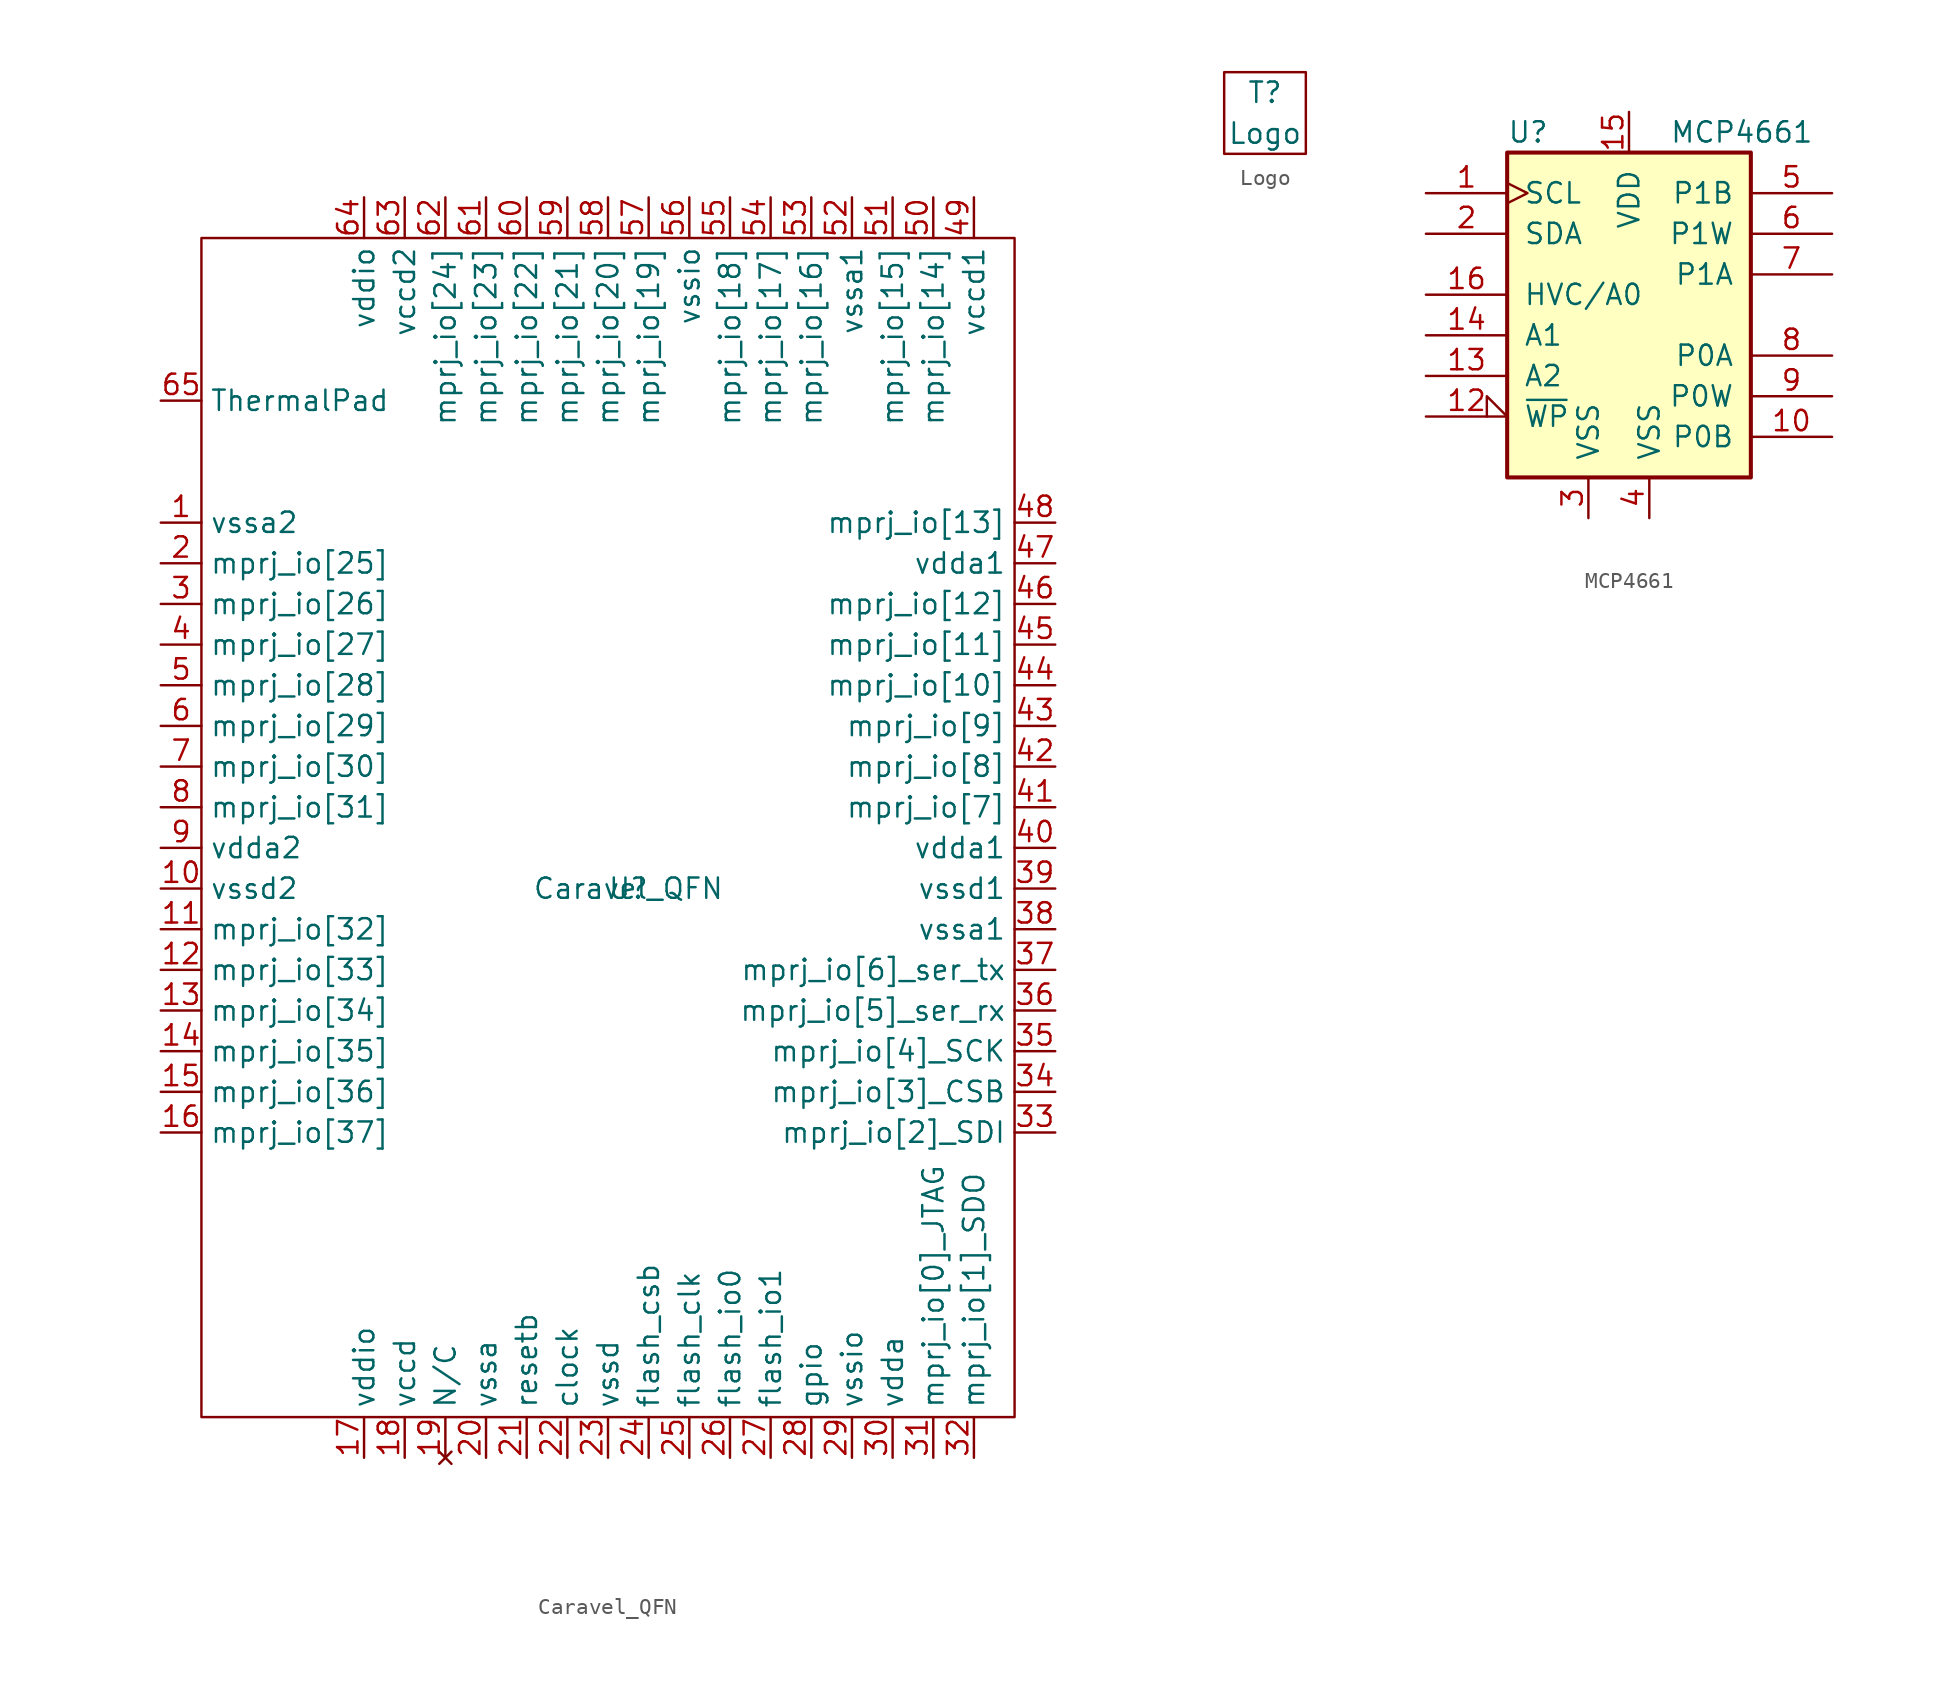
<source format=kicad_sym>
(kicad_symbol_lib
  (version 20231120)
  (generator "kicad_symbol_editor")
  (generator_version "8.0")
  (symbol "Caravel_QFN"
    (property "Reference" "U"
      (at 0 0 0)
      (effects (font (size 1.27 1.27))))
    (property "Value" "Caravel_QFN"
      (at 0 0 0)
      (effects (font (size 1.27 1.27))))
    (symbol "Caravel_QFN_0_1"
      (rectangle (start -26.67 40.64) (end 24.13 -33.02) (stroke (width 0) (type default)) (fill (type none))))
    (symbol "Caravel_QFN_1_1"
      (pin power_in line (at -29.21 22.86 0) (length 2.54) (name "vssa2" (effects (font (size 1.27 1.27)))) (number "1" (effects (font (size 1.27 1.27)))))
      (pin power_in line (at -29.21 0 0) (length 2.54) (name "vssd2" (effects (font (size 1.27 1.27)))) (number "10" (effects (font (size 1.27 1.27)))))
      (pin bidirectional line (at -29.21 -2.54 0) (length 2.54) (name "mprj_io[32]" (effects (font (size 1.27 1.27)))) (number "11" (effects (font (size 1.27 1.27)))))
      (pin bidirectional line (at -29.21 -5.08 0) (length 2.54) (name "mprj_io[33]" (effects (font (size 1.27 1.27)))) (number "12" (effects (font (size 1.27 1.27)))))
      (pin bidirectional line (at -29.21 -7.62 0) (length 2.54) (name "mprj_io[34]" (effects (font (size 1.27 1.27)))) (number "13" (effects (font (size 1.27 1.27)))))
      (pin bidirectional line (at -29.21 -10.16 0) (length 2.54) (name "mprj_io[35]" (effects (font (size 1.27 1.27)))) (number "14" (effects (font (size 1.27 1.27)))))
      (pin bidirectional line (at -29.21 -12.7 0) (length 2.54) (name "mprj_io[36]" (effects (font (size 1.27 1.27)))) (number "15" (effects (font (size 1.27 1.27)))))
      (pin bidirectional line (at -29.21 -15.24 0) (length 2.54) (name "mprj_io[37]" (effects (font (size 1.27 1.27)))) (number "16" (effects (font (size 1.27 1.27)))))
      (pin power_in line (at -16.51 -35.56 90) (length 2.54) (name "vddio" (effects (font (size 1.27 1.27)))) (number "17" (effects (font (size 1.27 1.27)))))
      (pin power_in line (at -13.97 -35.56 90) (length 2.54) (name "vccd" (effects (font (size 1.27 1.27)))) (number "18" (effects (font (size 1.27 1.27)))))
      (pin no_connect line (at -11.43 -35.56 90) (length 2.54) (name "N/C" (effects (font (size 1.27 1.27)))) (number "19" (effects (font (size 1.27 1.27)))))
      (pin bidirectional line (at -29.21 20.32 0) (length 2.54) (name "mprj_io[25]" (effects (font (size 1.27 1.27)))) (number "2" (effects (font (size 1.27 1.27)))))
      (pin power_in line (at -8.89 -35.56 90) (length 2.54) (name "vssa" (effects (font (size 1.27 1.27)))) (number "20" (effects (font (size 1.27 1.27)))))
      (pin input line (at -6.35 -35.56 90) (length 2.54) (name "resetb" (effects (font (size 1.27 1.27)))) (number "21" (effects (font (size 1.27 1.27)))))
      (pin input line (at -3.81 -35.56 90) (length 2.54) (name "clock" (effects (font (size 1.27 1.27)))) (number "22" (effects (font (size 1.27 1.27)))))
      (pin power_in line (at -1.27 -35.56 90) (length 2.54) (name "vssd" (effects (font (size 1.27 1.27)))) (number "23" (effects (font (size 1.27 1.27)))))
      (pin output line (at 1.27 -35.56 90) (length 2.54) (name "flash_csb" (effects (font (size 1.27 1.27)))) (number "24" (effects (font (size 1.27 1.27)))))
      (pin output line (at 3.81 -35.56 90) (length 2.54) (name "flash_clk" (effects (font (size 1.27 1.27)))) (number "25" (effects (font (size 1.27 1.27)))))
      (pin bidirectional line (at 6.35 -35.56 90) (length 2.54) (name "flash_io0" (effects (font (size 1.27 1.27)))) (number "26" (effects (font (size 1.27 1.27)))))
      (pin bidirectional line (at 8.89 -35.56 90) (length 2.54) (name "flash_io1" (effects (font (size 1.27 1.27)))) (number "27" (effects (font (size 1.27 1.27)))))
      (pin bidirectional line (at 11.43 -35.56 90) (length 2.54) (name "gpio" (effects (font (size 1.27 1.27)))) (number "28" (effects (font (size 1.27 1.27)))))
      (pin power_in line (at 13.97 -35.56 90) (length 2.54) (name "vssio" (effects (font (size 1.27 1.27)))) (number "29" (effects (font (size 1.27 1.27)))))
      (pin bidirectional line (at -29.21 17.78 0) (length 2.54) (name "mprj_io[26]" (effects (font (size 1.27 1.27)))) (number "3" (effects (font (size 1.27 1.27)))))
      (pin power_in line (at 16.51 -35.56 90) (length 2.54) (name "vdda" (effects (font (size 1.27 1.27)))) (number "30" (effects (font (size 1.27 1.27)))))
      (pin bidirectional line (at 19.05 -35.56 90) (length 2.54) (name "mprj_io[0]_JTAG" (effects (font (size 1.27 1.27)))) (number "31" (effects (font (size 1.27 1.27)))))
      (pin bidirectional line (at 21.59 -35.56 90) (length 2.54) (name "mprj_io[1]_SDO" (effects (font (size 1.27 1.27)))) (number "32" (effects (font (size 1.27 1.27)))))
      (pin bidirectional line (at 26.67 -15.24 180) (length 2.54) (name "mprj_io[2]_SDI" (effects (font (size 1.27 1.27)))) (number "33" (effects (font (size 1.27 1.27)))))
      (pin bidirectional line (at 26.67 -12.7 180) (length 2.54) (name "mprj_io[3]_CSB" (effects (font (size 1.27 1.27)))) (number "34" (effects (font (size 1.27 1.27)))))
      (pin bidirectional line (at 26.67 -10.16 180) (length 2.54) (name "mprj_io[4]_SCK" (effects (font (size 1.27 1.27)))) (number "35" (effects (font (size 1.27 1.27)))))
      (pin bidirectional line (at 26.67 -7.62 180) (length 2.54) (name "mprj_io[5]_ser_rx" (effects (font (size 1.27 1.27)))) (number "36" (effects (font (size 1.27 1.27)))))
      (pin bidirectional line (at 26.67 -5.08 180) (length 2.54) (name "mprj_io[6]_ser_tx" (effects (font (size 1.27 1.27)))) (number "37" (effects (font (size 1.27 1.27)))))
      (pin power_in line (at 26.67 -2.54 180) (length 2.54) (name "vssa1" (effects (font (size 1.27 1.27)))) (number "38" (effects (font (size 1.27 1.27)))))
      (pin power_in line (at 26.67 0 180) (length 2.54) (name "vssd1" (effects (font (size 1.27 1.27)))) (number "39" (effects (font (size 1.27 1.27)))))
      (pin bidirectional line (at -29.21 15.24 0) (length 2.54) (name "mprj_io[27]" (effects (font (size 1.27 1.27)))) (number "4" (effects (font (size 1.27 1.27)))))
      (pin power_in line (at 26.67 2.54 180) (length 2.54) (name "vdda1" (effects (font (size 1.27 1.27)))) (number "40" (effects (font (size 1.27 1.27)))))
      (pin bidirectional line (at 26.67 5.08 180) (length 2.54) (name "mprj_io[7]" (effects (font (size 1.27 1.27)))) (number "41" (effects (font (size 1.27 1.27)))))
      (pin bidirectional line (at 26.67 7.62 180) (length 2.54) (name "mprj_io[8]" (effects (font (size 1.27 1.27)))) (number "42" (effects (font (size 1.27 1.27)))))
      (pin bidirectional line (at 26.67 10.16 180) (length 2.54) (name "mprj_io[9]" (effects (font (size 1.27 1.27)))) (number "43" (effects (font (size 1.27 1.27)))))
      (pin bidirectional line (at 26.67 12.7 180) (length 2.54) (name "mprj_io[10]" (effects (font (size 1.27 1.27)))) (number "44" (effects (font (size 1.27 1.27)))))
      (pin bidirectional line (at 26.67 15.24 180) (length 2.54) (name "mprj_io[11]" (effects (font (size 1.27 1.27)))) (number "45" (effects (font (size 1.27 1.27)))))
      (pin bidirectional line (at 26.67 17.78 180) (length 2.54) (name "mprj_io[12]" (effects (font (size 1.27 1.27)))) (number "46" (effects (font (size 1.27 1.27)))))
      (pin power_in line (at 26.67 20.32 180) (length 2.54) (name "vdda1" (effects (font (size 1.27 1.27)))) (number "47" (effects (font (size 1.27 1.27)))))
      (pin bidirectional line (at 26.67 22.86 180) (length 2.54) (name "mprj_io[13]" (effects (font (size 1.27 1.27)))) (number "48" (effects (font (size 1.27 1.27)))))
      (pin power_in line (at 21.59 43.18 270) (length 2.54) (name "vccd1" (effects (font (size 1.27 1.27)))) (number "49" (effects (font (size 1.27 1.27)))))
      (pin bidirectional line (at -29.21 12.7 0) (length 2.54) (name "mprj_io[28]" (effects (font (size 1.27 1.27)))) (number "5" (effects (font (size 1.27 1.27)))))
      (pin bidirectional line (at 19.05 43.18 270) (length 2.54) (name "mprj_io[14]" (effects (font (size 1.27 1.27)))) (number "50" (effects (font (size 1.27 1.27)))))
      (pin bidirectional line (at 16.51 43.18 270) (length 2.54) (name "mprj_io[15]" (effects (font (size 1.27 1.27)))) (number "51" (effects (font (size 1.27 1.27)))))
      (pin power_in line (at 13.97 43.18 270) (length 2.54) (name "vssa1" (effects (font (size 1.27 1.27)))) (number "52" (effects (font (size 1.27 1.27)))))
      (pin bidirectional line (at 11.43 43.18 270) (length 2.54) (name "mprj_io[16]" (effects (font (size 1.27 1.27)))) (number "53" (effects (font (size 1.27 1.27)))))
      (pin bidirectional line (at 8.89 43.18 270) (length 2.54) (name "mprj_io[17]" (effects (font (size 1.27 1.27)))) (number "54" (effects (font (size 1.27 1.27)))))
      (pin bidirectional line (at 6.35 43.18 270) (length 2.54) (name "mprj_io[18]" (effects (font (size 1.27 1.27)))) (number "55" (effects (font (size 1.27 1.27)))))
      (pin power_in line (at 3.81 43.18 270) (length 2.54) (name "vssio" (effects (font (size 1.27 1.27)))) (number "56" (effects (font (size 1.27 1.27)))))
      (pin bidirectional line (at 1.27 43.18 270) (length 2.54) (name "mprj_io[19]" (effects (font (size 1.27 1.27)))) (number "57" (effects (font (size 1.27 1.27)))))
      (pin bidirectional line (at -1.27 43.18 270) (length 2.54) (name "mprj_io[20]" (effects (font (size 1.27 1.27)))) (number "58" (effects (font (size 1.27 1.27)))))
      (pin bidirectional line (at -3.81 43.18 270) (length 2.54) (name "mprj_io[21]" (effects (font (size 1.27 1.27)))) (number "59" (effects (font (size 1.27 1.27)))))
      (pin bidirectional line (at -29.21 10.16 0) (length 2.54) (name "mprj_io[29]" (effects (font (size 1.27 1.27)))) (number "6" (effects (font (size 1.27 1.27)))))
      (pin bidirectional line (at -6.35 43.18 270) (length 2.54) (name "mprj_io[22]" (effects (font (size 1.27 1.27)))) (number "60" (effects (font (size 1.27 1.27)))))
      (pin bidirectional line (at -8.89 43.18 270) (length 2.54) (name "mprj_io[23]" (effects (font (size 1.27 1.27)))) (number "61" (effects (font (size 1.27 1.27)))))
      (pin bidirectional line (at -11.43 43.18 270) (length 2.54) (name "mprj_io[24]" (effects (font (size 1.27 1.27)))) (number "62" (effects (font (size 1.27 1.27)))))
      (pin power_in line (at -13.97 43.18 270) (length 2.54) (name "vccd2" (effects (font (size 1.27 1.27)))) (number "63" (effects (font (size 1.27 1.27)))))
      (pin power_in line (at -16.51 43.18 270) (length 2.54) (name "vddio" (effects (font (size 1.27 1.27)))) (number "64" (effects (font (size 1.27 1.27)))))
      (pin power_in line (at -29.21 30.48 0) (length 2.54) (name "ThermalPad" (effects (font (size 1.27 1.27)))) (number "65" (effects (font (size 1.27 1.27)))))
      (pin bidirectional line (at -29.21 7.62 0) (length 2.54) (name "mprj_io[30]" (effects (font (size 1.27 1.27)))) (number "7" (effects (font (size 1.27 1.27)))))
      (pin bidirectional line (at -29.21 5.08 0) (length 2.54) (name "mprj_io[31]" (effects (font (size 1.27 1.27)))) (number "8" (effects (font (size 1.27 1.27)))))
      (pin power_in line (at -29.21 2.54 0) (length 2.54) (name "vdda2" (effects (font (size 1.27 1.27)))) (number "9" (effects (font (size 1.27 1.27)))))))
  (symbol "Logo"
    (property "Reference" "T"
      (at 0 1.27 0)
      (effects (font (size 1.27 1.27))))
    (property "Value" "Logo"
      (at 0 -1.27 0)
      (effects (font (size 1.27 1.27))))
    (symbol "Logo_0_1"
      (rectangle (start -2.54 2.54) (end 2.54 -2.54) (stroke (width 0) (type default)) (fill (type none)))))
  (symbol "MCP4661"
    (pin_names
      (offset 1.016))
    (property "Reference" "U"
      (at -7.62 11.43 0)
      (effects (font (size 1.27 1.27)) (justify left)))
    (property "Value" "MCP4661"
      (at 2.54 11.43 0)
      (effects (font (size 1.27 1.27)) (justify left)))
    (symbol "MCP4661_0_1"
      (rectangle (start -7.62 10.16) (end 7.62 -10.16) (stroke (width 0.254) (type default)) (fill (type background))))
    (symbol "MCP4661_1_1"
      (pin input clock (at -12.7 7.62 0) (length 5.08) (name "SCL" (effects (font (size 1.27 1.27)))) (number "1" (effects (font (size 1.27 1.27)))))
      (pin passive line (at 12.7 -7.62 180) (length 5.08) (name "P0B" (effects (font (size 1.27 1.27)))) (number "10" (effects (font (size 1.27 1.27)))))
      (pin no_connect line (at 12.7 0 180) (length 5.08) hide (name "NC" (effects (font (size 1.27 1.27)))) (number "11" (effects (font (size 1.27 1.27)))))
      (pin input input_low (at -12.7 -6.35 0) (length 5.08) (name "~{WP}" (effects (font (size 1.27 1.27)))) (number "12" (effects (font (size 1.27 1.27)))))
      (pin input line (at -12.7 -3.81 0) (length 5.08) (name "A2" (effects (font (size 1.27 1.27)))) (number "13" (effects (font (size 1.27 1.27)))))
      (pin input line (at -12.7 -1.27 0) (length 5.08) (name "A1" (effects (font (size 1.27 1.27)))) (number "14" (effects (font (size 1.27 1.27)))))
      (pin power_in line (at 0 12.7 270) (length 2.54) (name "VDD" (effects (font (size 1.27 1.27)))) (number "15" (effects (font (size 1.27 1.27)))))
      (pin input line (at -12.7 1.27 0) (length 5.08) (name "HVC/A0" (effects (font (size 1.27 1.27)))) (number "16" (effects (font (size 1.27 1.27)))))
      (pin bidirectional line (at -12.7 5.08 0) (length 5.08) (name "SDA" (effects (font (size 1.27 1.27)))) (number "2" (effects (font (size 1.27 1.27)))))
      (pin power_in line (at -2.54 -12.7 90) (length 2.54) (name "VSS" (effects (font (size 1.27 1.27)))) (number "3" (effects (font (size 1.27 1.27)))))
      (pin power_in line (at 1.27 -12.7 90) (length 2.54) (name "VSS" (effects (font (size 1.27 1.27)))) (number "4" (effects (font (size 1.27 1.27)))))
      (pin passive line (at 12.7 7.62 180) (length 5.08) (name "P1B" (effects (font (size 1.27 1.27)))) (number "5" (effects (font (size 1.27 1.27)))))
      (pin passive line (at 12.7 5.08 180) (length 5.08) (name "P1W" (effects (font (size 1.27 1.27)))) (number "6" (effects (font (size 1.27 1.27)))))
      (pin passive line (at 12.7 2.54 180) (length 5.08) (name "P1A" (effects (font (size 1.27 1.27)))) (number "7" (effects (font (size 1.27 1.27)))))
      (pin passive line (at 12.7 -2.54 180) (length 5.08) (name "P0A" (effects (font (size 1.27 1.27)))) (number "8" (effects (font (size 1.27 1.27)))))
      (pin passive line (at 12.7 -5.08 180) (length 5.08) (name "P0W" (effects (font (size 1.27 1.27)))) (number "9" (effects (font (size 1.27 1.27))))))))
</source>
